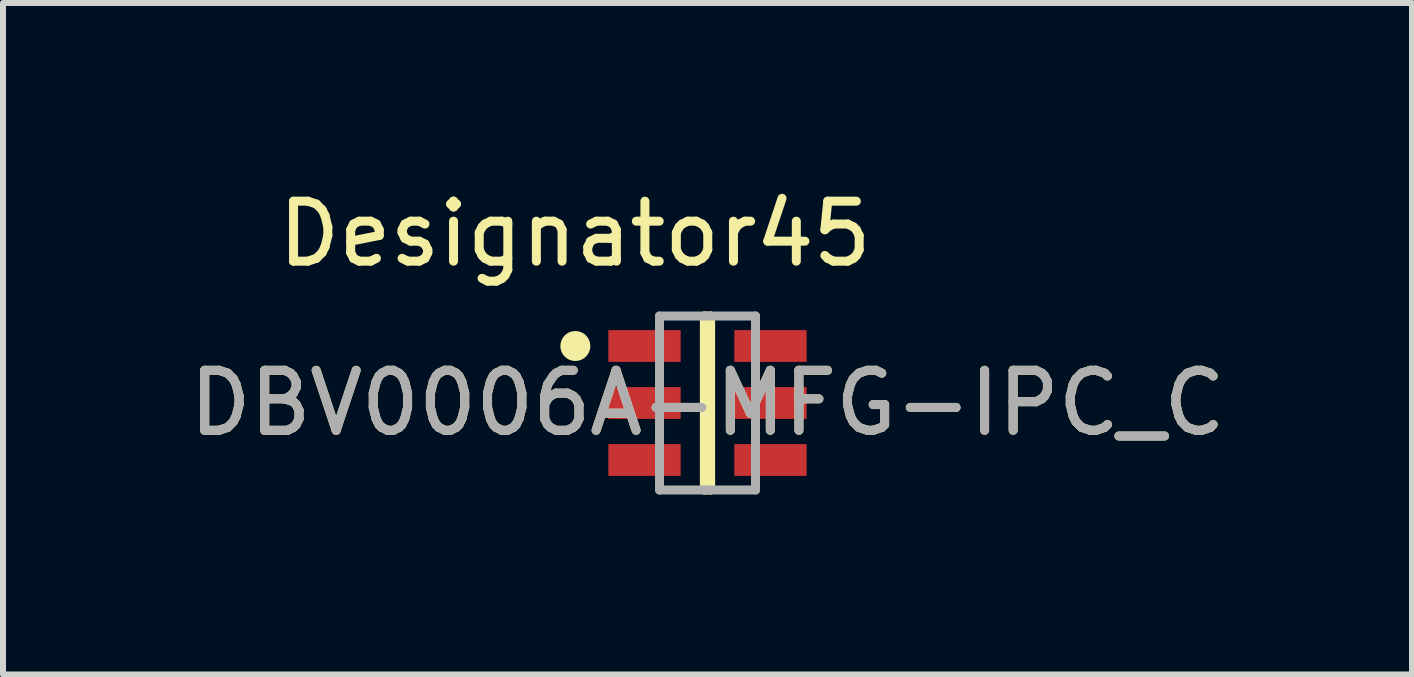
<source format=kicad_pcb>
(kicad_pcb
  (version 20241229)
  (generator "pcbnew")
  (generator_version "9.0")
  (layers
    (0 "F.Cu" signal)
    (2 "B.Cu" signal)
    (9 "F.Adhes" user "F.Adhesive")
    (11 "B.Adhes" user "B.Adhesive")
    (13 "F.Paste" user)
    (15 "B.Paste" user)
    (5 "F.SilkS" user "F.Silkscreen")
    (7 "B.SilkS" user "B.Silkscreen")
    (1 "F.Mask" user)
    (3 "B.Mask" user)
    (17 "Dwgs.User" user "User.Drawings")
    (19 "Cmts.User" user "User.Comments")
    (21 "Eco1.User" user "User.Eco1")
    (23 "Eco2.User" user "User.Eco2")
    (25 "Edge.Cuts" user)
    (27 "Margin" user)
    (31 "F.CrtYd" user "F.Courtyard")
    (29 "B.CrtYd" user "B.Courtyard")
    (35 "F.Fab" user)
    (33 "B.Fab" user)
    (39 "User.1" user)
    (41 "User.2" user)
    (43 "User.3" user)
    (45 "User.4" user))
  (footprint "DBV0006A-MFG-IPC_C"
    (layer "F.Cu")
    (at 8.744 3.668)
    (property "Reference" "DBV0006A-MFG-IPC_C" (at 0 0 0) (unlocked yes) (layer "F.SilkS") (effects (font (size 1 1) (thickness 0.15))))
    (attr smd)
    (fp_line (start -0.052 -1.45) (end 0.052 -1.45) (stroke (width 0.15) (type solid)) (layer "F.SilkS"))
    (fp_line (start -0.052 1.45) (end -0.052 -1.45) (stroke (width 0.15) (type solid)) (layer "F.SilkS"))
    (fp_line (start -0.052 1.45) (end 0.052 1.45) (stroke (width 0.15) (type solid)) (layer "F.SilkS"))
    (fp_line (start 0.052 1.45) (end 0.052 -1.45) (stroke (width 0.15) (type solid)) (layer "F.SilkS"))
    (fp_circle (center -2.203 -0.95) (end -2.078 -0.95) (stroke (width 0.25) (type solid)) (fill no) (layer "F.SilkS"))
    (fp_line (start -0.8 -1.45) (end 0.8 -1.45) (stroke (width 0.15) (type solid)) (layer "F.Fab"))
    (fp_line (start -0.8 1.45) (end -0.8 -1.45) (stroke (width 0.15) (type solid)) (layer "F.Fab"))
    (fp_line (start -0.8 1.45) (end 0.8 1.45) (stroke (width 0.15) (type solid)) (layer "F.Fab"))
    (fp_line (start 0.8 1.45) (end 0.8 -1.45) (stroke (width 0.15) (type solid)) (layer "F.Fab"))
    (fp_text user "Designator45" (at -2.21 -2.819 0) (unlocked yes) (layer "F.SilkS") (effects (font (size 1 1) (thickness 0.15))))
    (fp_text user "${REFERENCE}" (at 0 0 0) (unlocked yes) (layer "F.Fab") (effects (font (size 1 1) (thickness 0.15))))
    (pad "1" smd rect (at -1.05 -0.95) (size 1.205 0.53) (layers "F.Cu" "F.Mask" "F.Paste"))
    (pad "2" smd rect (at -1.05 0) (size 1.205 0.53) (layers "F.Cu" "F.Mask" "F.Paste"))
    (pad "3" smd rect (at -1.05 0.95) (size 1.205 0.53) (layers "F.Cu" "F.Mask" "F.Paste"))
    (pad "4" smd rect (at 1.05 0.95) (size 1.205 0.53) (layers "F.Cu" "F.Mask" "F.Paste"))
    (pad "5" smd rect (at 1.05 0) (size 1.205 0.53) (layers "F.Cu" "F.Mask" "F.Paste"))
    (pad "6" smd rect (at 1.05 -0.95) (size 1.205 0.53) (layers "F.Cu" "F.Mask" "F.Paste")))
  (gr_rect
    (start -3 -3)
    (end 20.488 8.193)
    (stroke (width 0.1) (type default))
    (fill no)
    (layer "Edge.Cuts")))
</source>
